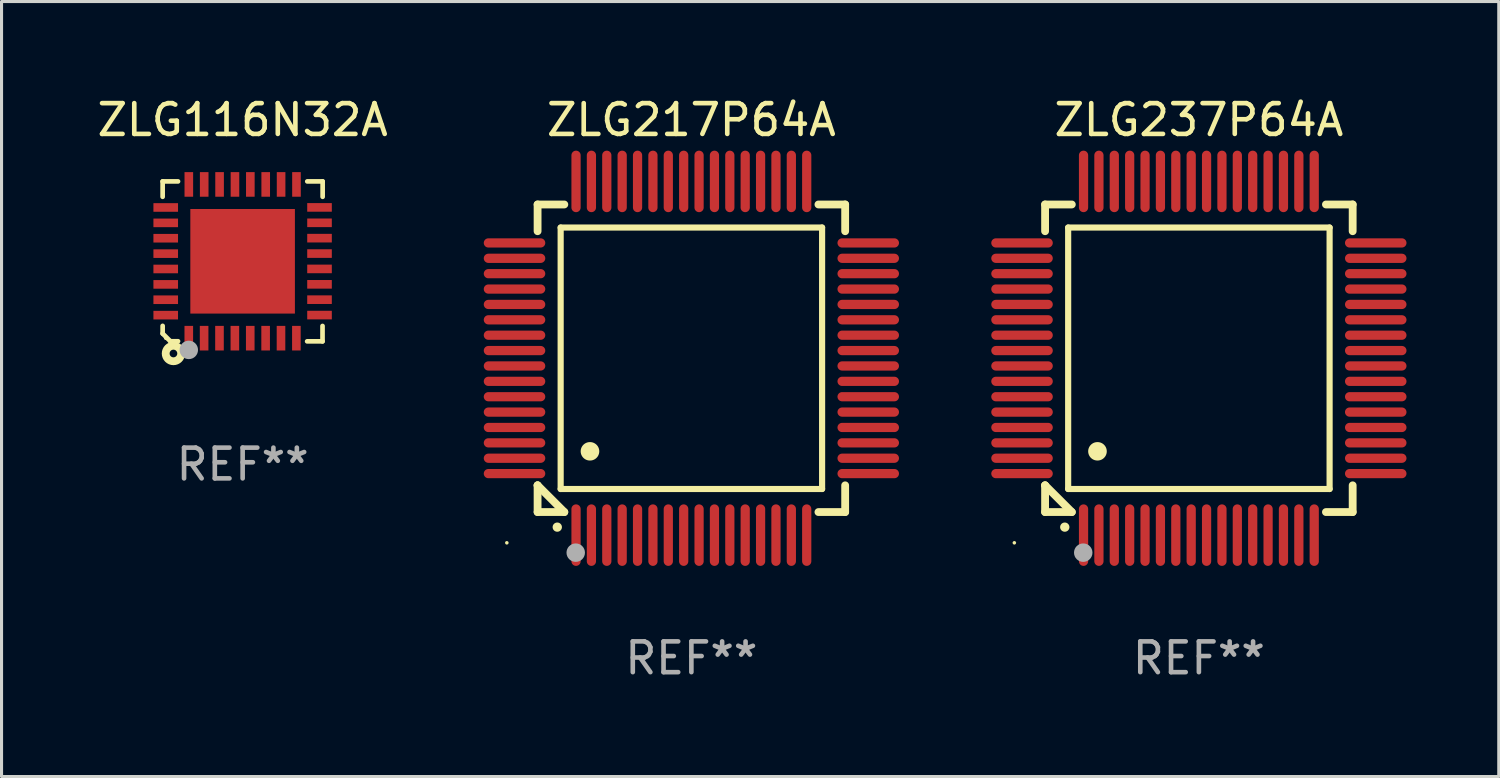
<source format=kicad_pcb>
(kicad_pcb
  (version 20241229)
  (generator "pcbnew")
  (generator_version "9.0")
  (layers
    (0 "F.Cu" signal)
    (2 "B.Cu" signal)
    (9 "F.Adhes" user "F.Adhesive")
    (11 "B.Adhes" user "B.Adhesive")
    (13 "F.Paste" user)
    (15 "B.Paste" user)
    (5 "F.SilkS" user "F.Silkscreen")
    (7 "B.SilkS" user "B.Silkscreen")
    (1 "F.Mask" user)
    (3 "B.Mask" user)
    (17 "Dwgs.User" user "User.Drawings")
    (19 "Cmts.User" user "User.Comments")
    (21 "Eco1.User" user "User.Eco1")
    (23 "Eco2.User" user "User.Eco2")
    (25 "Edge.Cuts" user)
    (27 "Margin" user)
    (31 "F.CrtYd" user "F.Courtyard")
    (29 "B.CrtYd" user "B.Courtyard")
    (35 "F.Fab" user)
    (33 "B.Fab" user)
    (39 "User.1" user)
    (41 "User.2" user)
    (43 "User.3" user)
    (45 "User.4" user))
  (footprint "ZLG217P64A"
    (layer "F.Cu")
    (at 19.428 8.598)
    (property "Reference" "ZLG217P64A" (at 0 -7.75 0) (layer "F.SilkS") (effects (font (size 1 1) (thickness 0.15))))
    (attr through_hole)
    (fp_line (start -5 -5) (end -4.131 -5) (stroke (width 0.254) (type solid)) (layer "F.SilkS"))
    (fp_line (start -5 -4.131) (end -5 -5) (stroke (width 0.254) (type solid)) (layer "F.SilkS"))
    (fp_line (start -5 4.131) (end -5 4.131) (stroke (width 0.254) (type solid)) (layer "F.SilkS"))
    (fp_line (start -5 5) (end -5 4.131) (stroke (width 0.254) (type solid)) (layer "F.SilkS"))
    (fp_line (start -5 4.131) (end -4.131 5) (stroke (width 0.254) (type solid)) (layer "F.SilkS"))
    (fp_line (start -4.25 -4.25) (end -4.25 4.25) (stroke (width 0.2) (type solid)) (layer "F.SilkS"))
    (fp_line (start -4.25 4.25) (end 4.25 4.25) (stroke (width 0.2) (type solid)) (layer "F.SilkS"))
    (fp_line (start -4.131 5) (end -5 5) (stroke (width 0.254) (type solid)) (layer "F.SilkS"))
    (fp_line (start 4.25 -4.25) (end -4.25 -4.25) (stroke (width 0.2) (type solid)) (layer "F.SilkS"))
    (fp_line (start 4.25 4.25) (end 4.25 -4.25) (stroke (width 0.2) (type solid)) (layer "F.SilkS"))
    (fp_line (start 5 -5) (end 4.131 -5) (stroke (width 0.254) (type solid)) (layer "F.SilkS"))
    (fp_line (start 5 -5) (end 5 -4.131) (stroke (width 0.254) (type solid)) (layer "F.SilkS"))
    (fp_line (start 5 4.131) (end 5 5) (stroke (width 0.254) (type solid)) (layer "F.SilkS"))
    (fp_line (start 5 5) (end 4.131 5) (stroke (width 0.254) (type solid)) (layer "F.SilkS"))
    (fp_arc (start -4.361265 5.489992) (mid -4.359995 5.489987) (end -4.358725 5.489992) (stroke (width 0.3) (type solid)) (layer "F.SilkS"))
    (fp_arc (start -3.299467 3.025146) (mid -3.296927 3.025135) (end -3.294387 3.025146) (stroke (width 0.6) (type solid)) (layer "F.SilkS"))
    (fp_circle (center -6 6) (end -5.97 6) (stroke (width 0.06) (type solid)) (fill no) (layer "F.SilkS"))
    (fp_circle (center -3.76 6.32) (end -3.61 6.32) (stroke (width 0.3) (type solid)) (fill no) (layer "F.Fab"))
    (fp_text user "REF**" (at 0 9.75 0) (layer "F.Fab") (effects (font (size 1 1) (thickness 0.15))))
    (pad "1" smd oval (at -3.75 5.75) (size 0.3 2) (layers "F.Cu" "F.Mask" "F.Paste"))
    (pad "2" smd oval (at -3.25 5.75) (size 0.3 2) (layers "F.Cu" "F.Mask" "F.Paste"))
    (pad "3" smd oval (at -2.75 5.75) (size 0.3 2) (layers "F.Cu" "F.Mask" "F.Paste"))
    (pad "4" smd oval (at -2.25 5.75) (size 0.3 2) (layers "F.Cu" "F.Mask" "F.Paste"))
    (pad "5" smd oval (at -1.75 5.75) (size 0.3 2) (layers "F.Cu" "F.Mask" "F.Paste"))
    (pad "6" smd oval (at -1.25 5.75) (size 0.3 2) (layers "F.Cu" "F.Mask" "F.Paste"))
    (pad "7" smd oval (at -0.75 5.75) (size 0.3 2) (layers "F.Cu" "F.Mask" "F.Paste"))
    (pad "8" smd oval (at -0.25 5.75) (size 0.3 2) (layers "F.Cu" "F.Mask" "F.Paste"))
    (pad "9" smd oval (at 0.25 5.75) (size 0.3 2) (layers "F.Cu" "F.Mask" "F.Paste"))
    (pad "10" smd oval (at 0.75 5.75) (size 0.3 2) (layers "F.Cu" "F.Mask" "F.Paste"))
    (pad "11" smd oval (at 1.25 5.75) (size 0.3 2) (layers "F.Cu" "F.Mask" "F.Paste"))
    (pad "12" smd oval (at 1.75 5.75) (size 0.3 2) (layers "F.Cu" "F.Mask" "F.Paste"))
    (pad "13" smd oval (at 2.25 5.75) (size 0.3 2) (layers "F.Cu" "F.Mask" "F.Paste"))
    (pad "14" smd oval (at 2.75 5.75) (size 0.3 2) (layers "F.Cu" "F.Mask" "F.Paste"))
    (pad "15" smd oval (at 3.25 5.75) (size 0.3 2) (layers "F.Cu" "F.Mask" "F.Paste"))
    (pad "16" smd oval (at 3.75 5.75) (size 0.3 2) (layers "F.Cu" "F.Mask" "F.Paste"))
    (pad "17" smd oval (at 5.75 3.75) (size 2 0.3) (layers "F.Cu" "F.Mask" "F.Paste"))
    (pad "18" smd oval (at 5.75 3.25) (size 2 0.3) (layers "F.Cu" "F.Mask" "F.Paste"))
    (pad "19" smd oval (at 5.75 2.75) (size 2 0.3) (layers "F.Cu" "F.Mask" "F.Paste"))
    (pad "20" smd oval (at 5.75 2.25) (size 2 0.3) (layers "F.Cu" "F.Mask" "F.Paste"))
    (pad "21" smd oval (at 5.75 1.75) (size 2 0.3) (layers "F.Cu" "F.Mask" "F.Paste"))
    (pad "22" smd oval (at 5.75 1.25) (size 2 0.3) (layers "F.Cu" "F.Mask" "F.Paste"))
    (pad "23" smd oval (at 5.75 0.75) (size 2 0.3) (layers "F.Cu" "F.Mask" "F.Paste"))
    (pad "24" smd oval (at 5.75 0.25) (size 2 0.3) (layers "F.Cu" "F.Mask" "F.Paste"))
    (pad "25" smd oval (at 5.75 -0.25) (size 2 0.3) (layers "F.Cu" "F.Mask" "F.Paste"))
    (pad "26" smd oval (at 5.75 -0.75) (size 2 0.3) (layers "F.Cu" "F.Mask" "F.Paste"))
    (pad "27" smd oval (at 5.75 -1.25) (size 2 0.3) (layers "F.Cu" "F.Mask" "F.Paste"))
    (pad "28" smd oval (at 5.75 -1.75) (size 2 0.3) (layers "F.Cu" "F.Mask" "F.Paste"))
    (pad "29" smd oval (at 5.75 -2.25) (size 2 0.3) (layers "F.Cu" "F.Mask" "F.Paste"))
    (pad "30" smd oval (at 5.75 -2.75) (size 2 0.3) (layers "F.Cu" "F.Mask" "F.Paste"))
    (pad "31" smd oval (at 5.75 -3.25) (size 2 0.3) (layers "F.Cu" "F.Mask" "F.Paste"))
    (pad "32" smd oval (at 5.75 -3.75) (size 2 0.3) (layers "F.Cu" "F.Mask" "F.Paste"))
    (pad "33" smd oval (at 3.75 -5.75) (size 0.3 2) (layers "F.Cu" "F.Mask" "F.Paste"))
    (pad "34" smd oval (at 3.25 -5.75) (size 0.3 2) (layers "F.Cu" "F.Mask" "F.Paste"))
    (pad "35" smd oval (at 2.75 -5.75) (size 0.3 2) (layers "F.Cu" "F.Mask" "F.Paste"))
    (pad "36" smd oval (at 2.25 -5.75) (size 0.3 2) (layers "F.Cu" "F.Mask" "F.Paste"))
    (pad "37" smd oval (at 1.75 -5.75) (size 0.3 2) (layers "F.Cu" "F.Mask" "F.Paste"))
    (pad "38" smd oval (at 1.25 -5.75) (size 0.3 2) (layers "F.Cu" "F.Mask" "F.Paste"))
    (pad "39" smd oval (at 0.75 -5.75) (size 0.3 2) (layers "F.Cu" "F.Mask" "F.Paste"))
    (pad "40" smd oval (at 0.25 -5.75) (size 0.3 2) (layers "F.Cu" "F.Mask" "F.Paste"))
    (pad "41" smd oval (at -0.25 -5.75) (size 0.3 2) (layers "F.Cu" "F.Mask" "F.Paste"))
    (pad "42" smd oval (at -0.75 -5.75) (size 0.3 2) (layers "F.Cu" "F.Mask" "F.Paste"))
    (pad "43" smd oval (at -1.25 -5.75) (size 0.3 2) (layers "F.Cu" "F.Mask" "F.Paste"))
    (pad "44" smd oval (at -1.75 -5.75) (size 0.3 2) (layers "F.Cu" "F.Mask" "F.Paste"))
    (pad "45" smd oval (at -2.25 -5.75) (size 0.3 2) (layers "F.Cu" "F.Mask" "F.Paste"))
    (pad "46" smd oval (at -2.75 -5.75) (size 0.3 2) (layers "F.Cu" "F.Mask" "F.Paste"))
    (pad "47" smd oval (at -3.25 -5.75) (size 0.3 2) (layers "F.Cu" "F.Mask" "F.Paste"))
    (pad "48" smd oval (at -3.75 -5.75) (size 0.3 2) (layers "F.Cu" "F.Mask" "F.Paste"))
    (pad "49" smd oval (at -5.75 -3.75) (size 2 0.3) (layers "F.Cu" "F.Mask" "F.Paste"))
    (pad "50" smd oval (at -5.75 -3.25) (size 2 0.3) (layers "F.Cu" "F.Mask" "F.Paste"))
    (pad "51" smd oval (at -5.75 -2.75) (size 2 0.3) (layers "F.Cu" "F.Mask" "F.Paste"))
    (pad "52" smd oval (at -5.75 -2.25) (size 2 0.3) (layers "F.Cu" "F.Mask" "F.Paste"))
    (pad "53" smd oval (at -5.75 -1.75) (size 2 0.3) (layers "F.Cu" "F.Mask" "F.Paste"))
    (pad "54" smd oval (at -5.75 -1.25) (size 2 0.3) (layers "F.Cu" "F.Mask" "F.Paste"))
    (pad "55" smd oval (at -5.75 -0.75) (size 2 0.3) (layers "F.Cu" "F.Mask" "F.Paste"))
    (pad "56" smd oval (at -5.75 -0.25) (size 2 0.3) (layers "F.Cu" "F.Mask" "F.Paste"))
    (pad "57" smd oval (at -5.75 0.25) (size 2 0.3) (layers "F.Cu" "F.Mask" "F.Paste"))
    (pad "58" smd oval (at -5.75 0.75) (size 2 0.3) (layers "F.Cu" "F.Mask" "F.Paste"))
    (pad "59" smd oval (at -5.75 1.25) (size 2 0.3) (layers "F.Cu" "F.Mask" "F.Paste"))
    (pad "60" smd oval (at -5.75 1.75) (size 2 0.3) (layers "F.Cu" "F.Mask" "F.Paste"))
    (pad "61" smd oval (at -5.75 2.25) (size 2 0.3) (layers "F.Cu" "F.Mask" "F.Paste"))
    (pad "62" smd oval (at -5.75 2.75) (size 2 0.3) (layers "F.Cu" "F.Mask" "F.Paste"))
    (pad "63" smd oval (at -5.75 3.25) (size 2 0.3) (layers "F.Cu" "F.Mask" "F.Paste"))
    (pad "64" smd oval (at -5.75 3.75) (size 2 0.3) (layers "F.Cu" "F.Mask" "F.Paste")))
  (footprint "ZLG116N32A"
    (layer "F.Cu")
    (at 4.839 5.448)
    (property "Reference" "ZLG116N32A" (at 0 -4.6 0) (layer "F.SilkS") (effects (font (size 1 1) (thickness 0.15))))
    (attr through_hole)
    (fp_line (start -2.601 2.097) (end -2.601 2.347) (stroke (width 0.152) (type solid)) (layer "F.SilkS"))
    (fp_line (start -2.601 2.347) (end -2.351 2.597) (stroke (width 0.152) (type solid)) (layer "F.SilkS"))
    (fp_line (start -2.601 -2.6) (end -2.601 -2.1) (stroke (width 0.152) (type solid)) (layer "F.SilkS"))
    (fp_line (start -2.601 -2.6) (end -2.101 -2.6) (stroke (width 0.152) (type solid)) (layer "F.SilkS"))
    (fp_line (start -2.351 2.597) (end -2.101 2.597) (stroke (width 0.152) (type solid)) (layer "F.SilkS"))
    (fp_line (start 2.597 2.6) (end 2.097 2.6) (stroke (width 0.152) (type solid)) (layer "F.SilkS"))
    (fp_line (start 2.597 2.6) (end 2.597 2.1) (stroke (width 0.152) (type solid)) (layer "F.SilkS"))
    (fp_line (start 2.601 -2.6) (end 2.101 -2.6) (stroke (width 0.152) (type solid)) (layer "F.SilkS"))
    (fp_line (start 2.601 -2.6) (end 2.601 -2.1) (stroke (width 0.152) (type solid)) (layer "F.SilkS"))
    (fp_circle (center -2.501 2.497) (end -2.471 2.497) (stroke (width 0.06) (type solid)) (fill no) (layer "F.SilkS"))
    (fp_circle (center -2.25 2.995) (end -2.125 2.995) (stroke (width 0.254) (type solid)) (fill no) (layer "F.SilkS"))
    (fp_circle (center -1.751 2.878) (end -1.601 2.878) (stroke (width 0.3) (type solid)) (fill no) (layer "F.Fab"))
    (fp_text user "REF**" (at 0 6.6 0) (layer "F.Fab") (effects (font (size 1 1) (thickness 0.15))))
    (pad "1" smd rect (at -1.751 2.497) (size 0.28 0.8) (layers "F.Cu" "F.Mask" "F.Paste"))
    (pad "2" smd rect (at -1.253 2.497) (size 0.28 0.8) (layers "F.Cu" "F.Mask" "F.Paste"))
    (pad "3" smd rect (at -0.753 2.497) (size 0.28 0.8) (layers "F.Cu" "F.Mask" "F.Paste"))
    (pad "4" smd rect (at -0.253 2.497) (size 0.28 0.8) (layers "F.Cu" "F.Mask" "F.Paste"))
    (pad "5" smd rect (at 0.247 2.497) (size 0.28 0.8) (layers "F.Cu" "F.Mask" "F.Paste"))
    (pad "6" smd rect (at 0.747 2.497) (size 0.28 0.8) (layers "F.Cu" "F.Mask" "F.Paste"))
    (pad "7" smd rect (at 1.247 2.497) (size 0.28 0.8) (layers "F.Cu" "F.Mask" "F.Paste"))
    (pad "8" smd rect (at 1.747 2.497) (size 0.28 0.8) (layers "F.Cu" "F.Mask" "F.Paste"))
    (pad "9" smd rect (at 2.499 1.746) (size 0.8 0.28) (layers "F.Cu" "F.Mask" "F.Paste"))
    (pad "10" smd rect (at 2.499 1.245) (size 0.8 0.28) (layers "F.Cu" "F.Mask" "F.Paste"))
    (pad "11" smd rect (at 2.499 0.746) (size 0.8 0.28) (layers "F.Cu" "F.Mask" "F.Paste"))
    (pad "12" smd rect (at 2.499 0.245) (size 0.8 0.28) (layers "F.Cu" "F.Mask" "F.Paste"))
    (pad "13" smd rect (at 2.499 -0.254) (size 0.8 0.28) (layers "F.Cu" "F.Mask" "F.Paste"))
    (pad "14" smd rect (at 2.499 -0.755) (size 0.8 0.28) (layers "F.Cu" "F.Mask" "F.Paste"))
    (pad "15" smd rect (at 2.499 -1.254) (size 0.8 0.28) (layers "F.Cu" "F.Mask" "F.Paste"))
    (pad "16" smd rect (at 2.499 -1.755) (size 0.8 0.28) (layers "F.Cu" "F.Mask" "F.Paste"))
    (pad "17" smd rect (at 1.75 -2.502) (size 0.28 0.8) (layers "F.Cu" "F.Mask" "F.Paste"))
    (pad "18" smd rect (at 1.25 -2.502) (size 0.28 0.8) (layers "F.Cu" "F.Mask" "F.Paste"))
    (pad "19" smd rect (at 0.75 -2.502) (size 0.28 0.8) (layers "F.Cu" "F.Mask" "F.Paste"))
    (pad "20" smd rect (at 0.25 -2.502) (size 0.28 0.8) (layers "F.Cu" "F.Mask" "F.Paste"))
    (pad "21" smd rect (at -0.25 -2.502) (size 0.28 0.8) (layers "F.Cu" "F.Mask" "F.Paste"))
    (pad "22" smd rect (at -0.75 -2.502) (size 0.28 0.8) (layers "F.Cu" "F.Mask" "F.Paste"))
    (pad "23" smd rect (at -1.25 -2.502) (size 0.28 0.8) (layers "F.Cu" "F.Mask" "F.Paste"))
    (pad "24" smd rect (at -1.75 -2.502) (size 0.28 0.8) (layers "F.Cu" "F.Mask" "F.Paste"))
    (pad "25" smd rect (at -2.501 -1.753) (size 0.8 0.28) (layers "F.Cu" "F.Mask" "F.Paste"))
    (pad "26" smd rect (at -2.501 -1.252) (size 0.8 0.28) (layers "F.Cu" "F.Mask" "F.Paste"))
    (pad "27" smd rect (at -2.501 -0.753) (size 0.8 0.28) (layers "F.Cu" "F.Mask" "F.Paste"))
    (pad "28" smd rect (at -2.501 -0.252) (size 0.8 0.28) (layers "F.Cu" "F.Mask" "F.Paste"))
    (pad "29" smd rect (at -2.501 0.247) (size 0.8 0.28) (layers "F.Cu" "F.Mask" "F.Paste"))
    (pad "30" smd rect (at -2.501 0.748) (size 0.8 0.28) (layers "F.Cu" "F.Mask" "F.Paste"))
    (pad "31" smd rect (at -2.501 1.247) (size 0.8 0.28) (layers "F.Cu" "F.Mask" "F.Paste"))
    (pad "32" smd rect (at -2.501 1.748) (size 0.8 0.28) (layers "F.Cu" "F.Mask" "F.Paste"))
    (pad "33" smd rect (at -0.001 -0.003 180) (size 3.4 3.4) (layers "F.Cu" "F.Mask" "F.Paste")))
  (footprint "ZLG237P64A"
    (layer "F.Cu")
    (at 35.928 8.598)
    (property "Reference" "ZLG237P64A" (at 0 -7.75 0) (layer "F.SilkS") (effects (font (size 1 1) (thickness 0.15))))
    (attr through_hole)
    (fp_line (start -5 -5) (end -4.131 -5) (stroke (width 0.254) (type solid)) (layer "F.SilkS"))
    (fp_line (start -5 -4.131) (end -5 -5) (stroke (width 0.254) (type solid)) (layer "F.SilkS"))
    (fp_line (start -5 4.131) (end -5 4.131) (stroke (width 0.254) (type solid)) (layer "F.SilkS"))
    (fp_line (start -5 5) (end -5 4.131) (stroke (width 0.254) (type solid)) (layer "F.SilkS"))
    (fp_line (start -5 4.131) (end -4.131 5) (stroke (width 0.254) (type solid)) (layer "F.SilkS"))
    (fp_line (start -4.25 -4.25) (end -4.25 4.25) (stroke (width 0.2) (type solid)) (layer "F.SilkS"))
    (fp_line (start -4.25 4.25) (end 4.25 4.25) (stroke (width 0.2) (type solid)) (layer "F.SilkS"))
    (fp_line (start -4.131 5) (end -5 5) (stroke (width 0.254) (type solid)) (layer "F.SilkS"))
    (fp_line (start 4.25 -4.25) (end -4.25 -4.25) (stroke (width 0.2) (type solid)) (layer "F.SilkS"))
    (fp_line (start 4.25 4.25) (end 4.25 -4.25) (stroke (width 0.2) (type solid)) (layer "F.SilkS"))
    (fp_line (start 5 -5) (end 4.131 -5) (stroke (width 0.254) (type solid)) (layer "F.SilkS"))
    (fp_line (start 5 -5) (end 5 -4.131) (stroke (width 0.254) (type solid)) (layer "F.SilkS"))
    (fp_line (start 5 4.131) (end 5 5) (stroke (width 0.254) (type solid)) (layer "F.SilkS"))
    (fp_line (start 5 5) (end 4.131 5) (stroke (width 0.254) (type solid)) (layer "F.SilkS"))
    (fp_arc (start -4.361265 5.489992) (mid -4.359995 5.489987) (end -4.358725 5.489992) (stroke (width 0.3) (type solid)) (layer "F.SilkS"))
    (fp_arc (start -3.299467 3.025146) (mid -3.296927 3.025135) (end -3.294387 3.025146) (stroke (width 0.6) (type solid)) (layer "F.SilkS"))
    (fp_circle (center -6 6) (end -5.97 6) (stroke (width 0.06) (type solid)) (fill no) (layer "F.SilkS"))
    (fp_circle (center -3.76 6.32) (end -3.61 6.32) (stroke (width 0.3) (type solid)) (fill no) (layer "F.Fab"))
    (fp_text user "REF**" (at 0 9.75 0) (layer "F.Fab") (effects (font (size 1 1) (thickness 0.15))))
    (pad "1" smd oval (at -3.75 5.75) (size 0.3 2) (layers "F.Cu" "F.Mask" "F.Paste"))
    (pad "2" smd oval (at -3.25 5.75) (size 0.3 2) (layers "F.Cu" "F.Mask" "F.Paste"))
    (pad "3" smd oval (at -2.75 5.75) (size 0.3 2) (layers "F.Cu" "F.Mask" "F.Paste"))
    (pad "4" smd oval (at -2.25 5.75) (size 0.3 2) (layers "F.Cu" "F.Mask" "F.Paste"))
    (pad "5" smd oval (at -1.75 5.75) (size 0.3 2) (layers "F.Cu" "F.Mask" "F.Paste"))
    (pad "6" smd oval (at -1.25 5.75) (size 0.3 2) (layers "F.Cu" "F.Mask" "F.Paste"))
    (pad "7" smd oval (at -0.75 5.75) (size 0.3 2) (layers "F.Cu" "F.Mask" "F.Paste"))
    (pad "8" smd oval (at -0.25 5.75) (size 0.3 2) (layers "F.Cu" "F.Mask" "F.Paste"))
    (pad "9" smd oval (at 0.25 5.75) (size 0.3 2) (layers "F.Cu" "F.Mask" "F.Paste"))
    (pad "10" smd oval (at 0.75 5.75) (size 0.3 2) (layers "F.Cu" "F.Mask" "F.Paste"))
    (pad "11" smd oval (at 1.25 5.75) (size 0.3 2) (layers "F.Cu" "F.Mask" "F.Paste"))
    (pad "12" smd oval (at 1.75 5.75) (size 0.3 2) (layers "F.Cu" "F.Mask" "F.Paste"))
    (pad "13" smd oval (at 2.25 5.75) (size 0.3 2) (layers "F.Cu" "F.Mask" "F.Paste"))
    (pad "14" smd oval (at 2.75 5.75) (size 0.3 2) (layers "F.Cu" "F.Mask" "F.Paste"))
    (pad "15" smd oval (at 3.25 5.75) (size 0.3 2) (layers "F.Cu" "F.Mask" "F.Paste"))
    (pad "16" smd oval (at 3.75 5.75) (size 0.3 2) (layers "F.Cu" "F.Mask" "F.Paste"))
    (pad "17" smd oval (at 5.75 3.75) (size 2 0.3) (layers "F.Cu" "F.Mask" "F.Paste"))
    (pad "18" smd oval (at 5.75 3.25) (size 2 0.3) (layers "F.Cu" "F.Mask" "F.Paste"))
    (pad "19" smd oval (at 5.75 2.75) (size 2 0.3) (layers "F.Cu" "F.Mask" "F.Paste"))
    (pad "20" smd oval (at 5.75 2.25) (size 2 0.3) (layers "F.Cu" "F.Mask" "F.Paste"))
    (pad "21" smd oval (at 5.75 1.75) (size 2 0.3) (layers "F.Cu" "F.Mask" "F.Paste"))
    (pad "22" smd oval (at 5.75 1.25) (size 2 0.3) (layers "F.Cu" "F.Mask" "F.Paste"))
    (pad "23" smd oval (at 5.75 0.75) (size 2 0.3) (layers "F.Cu" "F.Mask" "F.Paste"))
    (pad "24" smd oval (at 5.75 0.25) (size 2 0.3) (layers "F.Cu" "F.Mask" "F.Paste"))
    (pad "25" smd oval (at 5.75 -0.25) (size 2 0.3) (layers "F.Cu" "F.Mask" "F.Paste"))
    (pad "26" smd oval (at 5.75 -0.75) (size 2 0.3) (layers "F.Cu" "F.Mask" "F.Paste"))
    (pad "27" smd oval (at 5.75 -1.25) (size 2 0.3) (layers "F.Cu" "F.Mask" "F.Paste"))
    (pad "28" smd oval (at 5.75 -1.75) (size 2 0.3) (layers "F.Cu" "F.Mask" "F.Paste"))
    (pad "29" smd oval (at 5.75 -2.25) (size 2 0.3) (layers "F.Cu" "F.Mask" "F.Paste"))
    (pad "30" smd oval (at 5.75 -2.75) (size 2 0.3) (layers "F.Cu" "F.Mask" "F.Paste"))
    (pad "31" smd oval (at 5.75 -3.25) (size 2 0.3) (layers "F.Cu" "F.Mask" "F.Paste"))
    (pad "32" smd oval (at 5.75 -3.75) (size 2 0.3) (layers "F.Cu" "F.Mask" "F.Paste"))
    (pad "33" smd oval (at 3.75 -5.75) (size 0.3 2) (layers "F.Cu" "F.Mask" "F.Paste"))
    (pad "34" smd oval (at 3.25 -5.75) (size 0.3 2) (layers "F.Cu" "F.Mask" "F.Paste"))
    (pad "35" smd oval (at 2.75 -5.75) (size 0.3 2) (layers "F.Cu" "F.Mask" "F.Paste"))
    (pad "36" smd oval (at 2.25 -5.75) (size 0.3 2) (layers "F.Cu" "F.Mask" "F.Paste"))
    (pad "37" smd oval (at 1.75 -5.75) (size 0.3 2) (layers "F.Cu" "F.Mask" "F.Paste"))
    (pad "38" smd oval (at 1.25 -5.75) (size 0.3 2) (layers "F.Cu" "F.Mask" "F.Paste"))
    (pad "39" smd oval (at 0.75 -5.75) (size 0.3 2) (layers "F.Cu" "F.Mask" "F.Paste"))
    (pad "40" smd oval (at 0.25 -5.75) (size 0.3 2) (layers "F.Cu" "F.Mask" "F.Paste"))
    (pad "41" smd oval (at -0.25 -5.75) (size 0.3 2) (layers "F.Cu" "F.Mask" "F.Paste"))
    (pad "42" smd oval (at -0.75 -5.75) (size 0.3 2) (layers "F.Cu" "F.Mask" "F.Paste"))
    (pad "43" smd oval (at -1.25 -5.75) (size 0.3 2) (layers "F.Cu" "F.Mask" "F.Paste"))
    (pad "44" smd oval (at -1.75 -5.75) (size 0.3 2) (layers "F.Cu" "F.Mask" "F.Paste"))
    (pad "45" smd oval (at -2.25 -5.75) (size 0.3 2) (layers "F.Cu" "F.Mask" "F.Paste"))
    (pad "46" smd oval (at -2.75 -5.75) (size 0.3 2) (layers "F.Cu" "F.Mask" "F.Paste"))
    (pad "47" smd oval (at -3.25 -5.75) (size 0.3 2) (layers "F.Cu" "F.Mask" "F.Paste"))
    (pad "48" smd oval (at -3.75 -5.75) (size 0.3 2) (layers "F.Cu" "F.Mask" "F.Paste"))
    (pad "49" smd oval (at -5.75 -3.75) (size 2 0.3) (layers "F.Cu" "F.Mask" "F.Paste"))
    (pad "50" smd oval (at -5.75 -3.25) (size 2 0.3) (layers "F.Cu" "F.Mask" "F.Paste"))
    (pad "51" smd oval (at -5.75 -2.75) (size 2 0.3) (layers "F.Cu" "F.Mask" "F.Paste"))
    (pad "52" smd oval (at -5.75 -2.25) (size 2 0.3) (layers "F.Cu" "F.Mask" "F.Paste"))
    (pad "53" smd oval (at -5.75 -1.75) (size 2 0.3) (layers "F.Cu" "F.Mask" "F.Paste"))
    (pad "54" smd oval (at -5.75 -1.25) (size 2 0.3) (layers "F.Cu" "F.Mask" "F.Paste"))
    (pad "55" smd oval (at -5.75 -0.75) (size 2 0.3) (layers "F.Cu" "F.Mask" "F.Paste"))
    (pad "56" smd oval (at -5.75 -0.25) (size 2 0.3) (layers "F.Cu" "F.Mask" "F.Paste"))
    (pad "57" smd oval (at -5.75 0.25) (size 2 0.3) (layers "F.Cu" "F.Mask" "F.Paste"))
    (pad "58" smd oval (at -5.75 0.75) (size 2 0.3) (layers "F.Cu" "F.Mask" "F.Paste"))
    (pad "59" smd oval (at -5.75 1.25) (size 2 0.3) (layers "F.Cu" "F.Mask" "F.Paste"))
    (pad "60" smd oval (at -5.75 1.75) (size 2 0.3) (layers "F.Cu" "F.Mask" "F.Paste"))
    (pad "61" smd oval (at -5.75 2.25) (size 2 0.3) (layers "F.Cu" "F.Mask" "F.Paste"))
    (pad "62" smd oval (at -5.75 2.75) (size 2 0.3) (layers "F.Cu" "F.Mask" "F.Paste"))
    (pad "63" smd oval (at -5.75 3.25) (size 2 0.3) (layers "F.Cu" "F.Mask" "F.Paste"))
    (pad "64" smd oval (at -5.75 3.75) (size 2 0.3) (layers "F.Cu" "F.Mask" "F.Paste")))
  (gr_rect
    (start -3 -3)
    (end 45.678 22.196)
    (stroke (width 0.1) (type default))
    (fill no)
    (layer "Edge.Cuts")))
</source>
